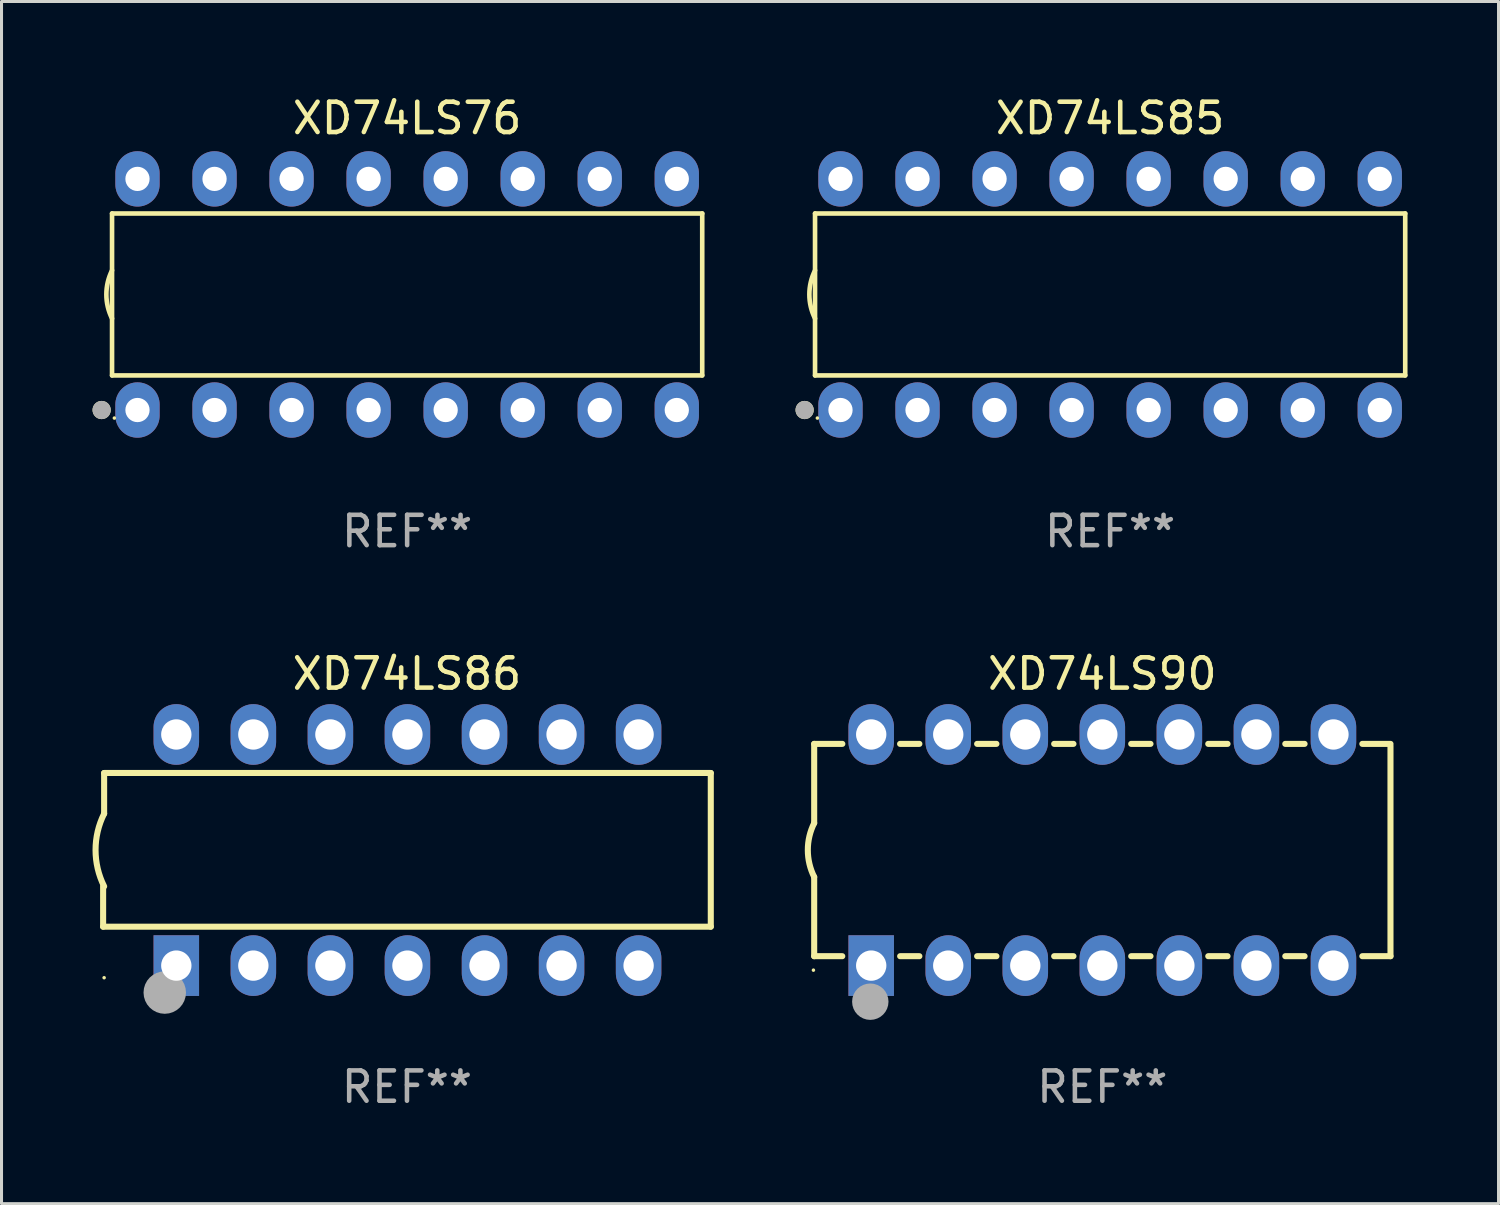
<source format=kicad_pcb>
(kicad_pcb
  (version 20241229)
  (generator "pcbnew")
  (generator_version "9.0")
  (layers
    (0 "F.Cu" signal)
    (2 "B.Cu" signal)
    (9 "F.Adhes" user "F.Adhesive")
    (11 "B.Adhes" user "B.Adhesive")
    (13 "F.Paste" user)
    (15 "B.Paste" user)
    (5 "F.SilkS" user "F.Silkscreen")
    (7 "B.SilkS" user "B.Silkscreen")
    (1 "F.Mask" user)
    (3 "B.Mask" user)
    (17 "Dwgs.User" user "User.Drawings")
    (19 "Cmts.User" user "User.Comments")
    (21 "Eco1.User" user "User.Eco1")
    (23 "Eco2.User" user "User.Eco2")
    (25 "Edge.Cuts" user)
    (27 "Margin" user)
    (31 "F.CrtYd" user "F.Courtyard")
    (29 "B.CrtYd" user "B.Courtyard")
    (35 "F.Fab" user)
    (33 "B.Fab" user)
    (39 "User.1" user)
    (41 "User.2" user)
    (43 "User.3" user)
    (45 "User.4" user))
  (footprint "XD74LS76"
    (layer "F.Cu")
    (at 10.373 6.658)
    (property "Reference" "XD74LS76" (at 0 -5.81 0) (layer "F.SilkS") (effects (font (size 1 1) (thickness 0.15))))
    (attr through_hole)
    (fp_line (start -9.729 -2.669) (end 9.729 -2.669) (stroke (width 0.152) (type solid)) (layer "F.SilkS"))
    (fp_line (start -9.729 2.669) (end -9.729 -2.669) (stroke (width 0.152) (type solid)) (layer "F.SilkS"))
    (fp_line (start 9.729 -2.669) (end 9.729 2.669) (stroke (width 0.152) (type solid)) (layer "F.SilkS"))
    (fp_line (start 9.729 2.669) (end -9.729 2.669) (stroke (width 0.152) (type solid)) (layer "F.SilkS"))
    (fp_arc (start -9.728727 0.793751) (mid -9.916106 0) (end -9.728727 -0.793752) (stroke (width 0.1524) (type solid)) (layer "F.SilkS"))
    (fp_circle (center -10.072 3.81) (end -9.922 3.81) (stroke (width 0.3) (type solid)) (fill no) (layer "F.SilkS"))
    (fp_circle (center -9.653 4.075) (end -9.623 4.075) (stroke (width 0.06) (type solid)) (fill no) (layer "F.SilkS"))
    (fp_circle (center -10.072 3.81) (end -9.922 3.81) (stroke (width 0.3) (type solid)) (fill no) (layer "F.Fab"))
    (fp_text user "REF**" (at 0 7.81 0) (layer "F.Fab") (effects (font (size 1 1) (thickness 0.15))))
    (pad "1" thru_hole oval (at -8.89 3.81) (size 1.46 1.825) (drill 0.8) (layers "*.Cu" "*.Mask"))
    (pad "2" thru_hole oval (at -6.35 3.81) (size 1.46 1.825) (drill 0.8) (layers "*.Cu" "*.Mask"))
    (pad "3" thru_hole oval (at -3.81 3.81) (size 1.46 1.825) (drill 0.8) (layers "*.Cu" "*.Mask"))
    (pad "4" thru_hole oval (at -1.27 3.81) (size 1.46 1.825) (drill 0.8) (layers "*.Cu" "*.Mask"))
    (pad "5" thru_hole oval (at 1.27 3.81) (size 1.46 1.825) (drill 0.8) (layers "*.Cu" "*.Mask"))
    (pad "6" thru_hole oval (at 3.81 3.81) (size 1.46 1.825) (drill 0.8) (layers "*.Cu" "*.Mask"))
    (pad "7" thru_hole oval (at 6.35 3.81) (size 1.46 1.825) (drill 0.8) (layers "*.Cu" "*.Mask"))
    (pad "8" thru_hole oval (at 8.89 3.81) (size 1.46 1.825) (drill 0.8) (layers "*.Cu" "*.Mask"))
    (pad "9" thru_hole oval (at 8.89 -3.81) (size 1.46 1.825) (drill 0.8) (layers "*.Cu" "*.Mask"))
    (pad "10" thru_hole oval (at 6.35 -3.81) (size 1.46 1.825) (drill 0.8) (layers "*.Cu" "*.Mask"))
    (pad "11" thru_hole oval (at 3.81 -3.81) (size 1.46 1.825) (drill 0.8) (layers "*.Cu" "*.Mask"))
    (pad "12" thru_hole oval (at 1.27 -3.81) (size 1.46 1.825) (drill 0.8) (layers "*.Cu" "*.Mask"))
    (pad "13" thru_hole oval (at -1.27 -3.81) (size 1.46 1.825) (drill 0.8) (layers "*.Cu" "*.Mask"))
    (pad "14" thru_hole oval (at -3.81 -3.81) (size 1.46 1.825) (drill 0.8) (layers "*.Cu" "*.Mask"))
    (pad "15" thru_hole oval (at -6.35 -3.81) (size 1.46 1.825) (drill 0.8) (layers "*.Cu" "*.Mask"))
    (pad "16" thru_hole oval (at -8.89 -3.81) (size 1.46 1.825) (drill 0.8) (layers "*.Cu" "*.Mask")))
  (footprint "XD74LS85"
    (layer "F.Cu")
    (at 33.55 6.658)
    (property "Reference" "XD74LS85" (at 0 -5.81 0) (layer "F.SilkS") (effects (font (size 1 1) (thickness 0.15))))
    (attr through_hole)
    (fp_line (start -9.729 -2.669) (end 9.729 -2.669) (stroke (width 0.152) (type solid)) (layer "F.SilkS"))
    (fp_line (start -9.729 2.669) (end -9.729 -2.669) (stroke (width 0.152) (type solid)) (layer "F.SilkS"))
    (fp_line (start 9.729 -2.669) (end 9.729 2.669) (stroke (width 0.152) (type solid)) (layer "F.SilkS"))
    (fp_line (start 9.729 2.669) (end -9.729 2.669) (stroke (width 0.152) (type solid)) (layer "F.SilkS"))
    (fp_arc (start -9.728727 0.793751) (mid -9.916106 0) (end -9.728727 -0.793752) (stroke (width 0.1524) (type solid)) (layer "F.SilkS"))
    (fp_circle (center -10.072 3.81) (end -9.922 3.81) (stroke (width 0.3) (type solid)) (fill no) (layer "F.SilkS"))
    (fp_circle (center -9.653 4.075) (end -9.623 4.075) (stroke (width 0.06) (type solid)) (fill no) (layer "F.SilkS"))
    (fp_circle (center -10.072 3.81) (end -9.922 3.81) (stroke (width 0.3) (type solid)) (fill no) (layer "F.Fab"))
    (fp_text user "REF**" (at 0 7.81 0) (layer "F.Fab") (effects (font (size 1 1) (thickness 0.15))))
    (pad "1" thru_hole oval (at -8.89 3.81) (size 1.46 1.825) (drill 0.8) (layers "*.Cu" "*.Mask"))
    (pad "2" thru_hole oval (at -6.35 3.81) (size 1.46 1.825) (drill 0.8) (layers "*.Cu" "*.Mask"))
    (pad "3" thru_hole oval (at -3.81 3.81) (size 1.46 1.825) (drill 0.8) (layers "*.Cu" "*.Mask"))
    (pad "4" thru_hole oval (at -1.27 3.81) (size 1.46 1.825) (drill 0.8) (layers "*.Cu" "*.Mask"))
    (pad "5" thru_hole oval (at 1.27 3.81) (size 1.46 1.825) (drill 0.8) (layers "*.Cu" "*.Mask"))
    (pad "6" thru_hole oval (at 3.81 3.81) (size 1.46 1.825) (drill 0.8) (layers "*.Cu" "*.Mask"))
    (pad "7" thru_hole oval (at 6.35 3.81) (size 1.46 1.825) (drill 0.8) (layers "*.Cu" "*.Mask"))
    (pad "8" thru_hole oval (at 8.89 3.81) (size 1.46 1.825) (drill 0.8) (layers "*.Cu" "*.Mask"))
    (pad "9" thru_hole oval (at 8.89 -3.81) (size 1.46 1.825) (drill 0.8) (layers "*.Cu" "*.Mask"))
    (pad "10" thru_hole oval (at 6.35 -3.81) (size 1.46 1.825) (drill 0.8) (layers "*.Cu" "*.Mask"))
    (pad "11" thru_hole oval (at 3.81 -3.81) (size 1.46 1.825) (drill 0.8) (layers "*.Cu" "*.Mask"))
    (pad "12" thru_hole oval (at 1.27 -3.81) (size 1.46 1.825) (drill 0.8) (layers "*.Cu" "*.Mask"))
    (pad "13" thru_hole oval (at -1.27 -3.81) (size 1.46 1.825) (drill 0.8) (layers "*.Cu" "*.Mask"))
    (pad "14" thru_hole oval (at -3.81 -3.81) (size 1.46 1.825) (drill 0.8) (layers "*.Cu" "*.Mask"))
    (pad "15" thru_hole oval (at -6.35 -3.81) (size 1.46 1.825) (drill 0.8) (layers "*.Cu" "*.Mask"))
    (pad "16" thru_hole oval (at -8.89 -3.81) (size 1.46 1.825) (drill 0.8) (layers "*.Cu" "*.Mask")))
  (footprint "XD74LS90"
    (layer "F.Cu")
    (at 33.293 24.975)
    (property "Reference" "XD74LS90" (at 0 -5.81 0) (layer "F.SilkS") (effects (font (size 1 1) (thickness 0.15))))
    (attr through_hole)
    (fp_line (start -9.5 -3.5) (end -9.5 -0.889) (stroke (width 0.2) (type solid)) (layer "F.SilkS"))
    (fp_line (start -9.5 -3.5) (end -8.572 -3.5) (stroke (width 0.2) (type solid)) (layer "F.SilkS"))
    (fp_line (start -9.5 3.5) (end -9.5 0.889) (stroke (width 0.2) (type solid)) (layer "F.SilkS"))
    (fp_line (start -9.5 3.5) (end -8.574 3.5) (stroke (width 0.2) (type solid)) (layer "F.SilkS"))
    (fp_line (start -6.668 -3.5) (end -6.032 -3.5) (stroke (width 0.2) (type solid)) (layer "F.SilkS"))
    (fp_line (start -6.666 3.5) (end -6.032 3.5) (stroke (width 0.2) (type solid)) (layer "F.SilkS"))
    (fp_line (start -4.128 -3.5) (end -3.492 -3.5) (stroke (width 0.2) (type solid)) (layer "F.SilkS"))
    (fp_line (start -4.128 3.5) (end -3.492 3.5) (stroke (width 0.2) (type solid)) (layer "F.SilkS"))
    (fp_line (start -1.588 -3.5) (end -0.952 -3.5) (stroke (width 0.2) (type solid)) (layer "F.SilkS"))
    (fp_line (start -1.588 3.5) (end -0.952 3.5) (stroke (width 0.2) (type solid)) (layer "F.SilkS"))
    (fp_line (start 0.952 -3.5) (end 1.588 -3.5) (stroke (width 0.2) (type solid)) (layer "F.SilkS"))
    (fp_line (start 0.952 3.5) (end 1.588 3.5) (stroke (width 0.2) (type solid)) (layer "F.SilkS"))
    (fp_line (start 3.492 -3.5) (end 4.128 -3.5) (stroke (width 0.2) (type solid)) (layer "F.SilkS"))
    (fp_line (start 3.492 3.5) (end 4.128 3.5) (stroke (width 0.2) (type solid)) (layer "F.SilkS"))
    (fp_line (start 6.032 -3.5) (end 6.668 -3.5) (stroke (width 0.2) (type solid)) (layer "F.SilkS"))
    (fp_line (start 6.032 3.5) (end 6.668 3.5) (stroke (width 0.2) (type solid)) (layer "F.SilkS"))
    (fp_line (start 8.572 -3.5) (end 9.5 -3.5) (stroke (width 0.2) (type solid)) (layer "F.SilkS"))
    (fp_line (start 8.572 3.5) (end 9.5 3.5) (stroke (width 0.2) (type solid)) (layer "F.SilkS"))
    (fp_line (start 9.5 3.5) (end 9.5 -3.429) (stroke (width 0.2) (type solid)) (layer "F.SilkS"))
    (fp_arc (start -9.499619 0.889001) (mid -9.709623 0.000047) (end -9.500025 -0.889002) (stroke (width 0.2) (type solid)) (layer "F.SilkS"))
    (fp_circle (center -9.525 3.96) (end -9.495 3.96) (stroke (width 0.06) (type solid)) (fill no) (layer "F.SilkS"))
    (fp_circle (center -7.65 5) (end -7.35 5) (stroke (width 0.6) (type solid)) (fill no) (layer "F.Fab"))
    (fp_text user "REF**" (at 0 7.81 0) (layer "F.Fab") (effects (font (size 1 1) (thickness 0.15))))
    (pad "1" thru_hole rect (at -7.62 3.81 90) (size 2 1.5) (drill 1) (layers "*.Cu" "*.Mask"))
    (pad "2" thru_hole oval (at -5.08 3.81 90) (size 2 1.5) (drill 1) (layers "*.Cu" "*.Mask"))
    (pad "3" thru_hole oval (at -2.54 3.81 90) (size 2 1.5) (drill 1) (layers "*.Cu" "*.Mask"))
    (pad "4" thru_hole oval (at 0 3.81 90) (size 2 1.5) (drill 1) (layers "*.Cu" "*.Mask"))
    (pad "5" thru_hole oval (at 2.54 3.81 90) (size 2 1.5) (drill 1) (layers "*.Cu" "*.Mask"))
    (pad "6" thru_hole oval (at 5.08 3.81 90) (size 2 1.5) (drill 1) (layers "*.Cu" "*.Mask"))
    (pad "7" thru_hole oval (at 7.62 3.81 90) (size 2 1.5) (drill 1) (layers "*.Cu" "*.Mask"))
    (pad "8" thru_hole oval (at 7.62 -3.81 90) (size 2 1.5) (drill 1) (layers "*.Cu" "*.Mask"))
    (pad "9" thru_hole oval (at 5.08 -3.81 90) (size 2 1.5) (drill 1) (layers "*.Cu" "*.Mask"))
    (pad "10" thru_hole oval (at 2.54 -3.81 90) (size 2 1.5) (drill 1) (layers "*.Cu" "*.Mask"))
    (pad "11" thru_hole oval (at 0 -3.81 90) (size 2 1.5) (drill 1) (layers "*.Cu" "*.Mask"))
    (pad "12" thru_hole oval (at -2.54 -3.81 90) (size 2 1.5) (drill 1) (layers "*.Cu" "*.Mask"))
    (pad "13" thru_hole oval (at -5.08 -3.81 90) (size 2 1.5) (drill 1) (layers "*.Cu" "*.Mask"))
    (pad "14" thru_hole oval (at -7.62 -3.81 90) (size 2 1.5) (drill 1) (layers "*.Cu" "*.Mask")))
  (footprint "XD74LS86"
    (layer "F.Cu")
    (at 10.367 24.975)
    (property "Reference" "XD74LS86" (at 0 -5.81 0) (layer "F.SilkS") (effects (font (size 1 1) (thickness 0.15))))
    (attr through_hole)
    (fp_line (start -10.017 2.527) (end -10.017 1.199) (stroke (width 0.2) (type solid)) (layer "F.SilkS"))
    (fp_line (start -9.984 -2.54) (end 10.017 -2.54) (stroke (width 0.2) (type solid)) (layer "F.SilkS"))
    (fp_line (start -9.984 -1.2) (end -9.984 -2.54) (stroke (width 0.2) (type solid)) (layer "F.SilkS"))
    (fp_line (start 10.017 -2.54) (end 10.017 2.527) (stroke (width 0.2) (type solid)) (layer "F.SilkS"))
    (fp_line (start 10.017 2.527) (end -10.017 2.527) (stroke (width 0.2) (type solid)) (layer "F.SilkS"))
    (fp_arc (start -9.983503 1.198882) (mid -10.266661 -0.000556) (end -9.983528 -1.2) (stroke (width 0.2) (type solid)) (layer "F.SilkS"))
    (fp_circle (center -9.984 4.21) (end -9.954 4.21) (stroke (width 0.06) (type solid)) (fill no) (layer "F.SilkS"))
    (fp_circle (center -7.985 4.699) (end -7.635 4.699) (stroke (width 0.7) (type solid)) (fill no) (layer "F.Fab"))
    (fp_text user "REF**" (at 0 7.81 0) (layer "F.Fab") (effects (font (size 1 1) (thickness 0.15))))
    (pad "1" thru_hole rect (at -7.604 3.81 90) (size 2 1.5) (drill 1) (layers "*.Cu" "*.Mask"))
    (pad "2" thru_hole oval (at -5.064 3.81 90) (size 2 1.5) (drill 1) (layers "*.Cu" "*.Mask"))
    (pad "3" thru_hole oval (at -2.524 3.81 90) (size 2 1.5) (drill 1) (layers "*.Cu" "*.Mask"))
    (pad "4" thru_hole oval (at 0.016 3.81 90) (size 2 1.5) (drill 1) (layers "*.Cu" "*.Mask"))
    (pad "5" thru_hole oval (at 2.557 3.81 90) (size 2 1.5) (drill 1) (layers "*.Cu" "*.Mask"))
    (pad "6" thru_hole oval (at 5.097 3.81 90) (size 2 1.5) (drill 1) (layers "*.Cu" "*.Mask"))
    (pad "7" thru_hole oval (at 7.637 3.81 90) (size 2 1.5) (drill 1) (layers "*.Cu" "*.Mask"))
    (pad "8" thru_hole oval (at 7.637 -3.81 90) (size 2 1.5) (drill 1) (layers "*.Cu" "*.Mask"))
    (pad "9" thru_hole oval (at 5.097 -3.81 90) (size 2 1.5) (drill 1) (layers "*.Cu" "*.Mask"))
    (pad "10" thru_hole oval (at 2.557 -3.81 90) (size 2 1.5) (drill 1) (layers "*.Cu" "*.Mask"))
    (pad "11" thru_hole oval (at 0.016 -3.81 90) (size 2 1.5) (drill 1) (layers "*.Cu" "*.Mask"))
    (pad "12" thru_hole oval (at -2.524 -3.81 90) (size 2 1.5) (drill 1) (layers "*.Cu" "*.Mask"))
    (pad "13" thru_hole oval (at -5.064 -3.81 90) (size 2 1.5) (drill 1) (layers "*.Cu" "*.Mask"))
    (pad "14" thru_hole oval (at -7.604 -3.81 90) (size 2 1.5) (drill 1) (layers "*.Cu" "*.Mask")))
  (gr_rect
    (start -3 -3)
    (end 46.355 36.633)
    (stroke (width 0.1) (type default))
    (fill no)
    (layer "Edge.Cuts")))
</source>
